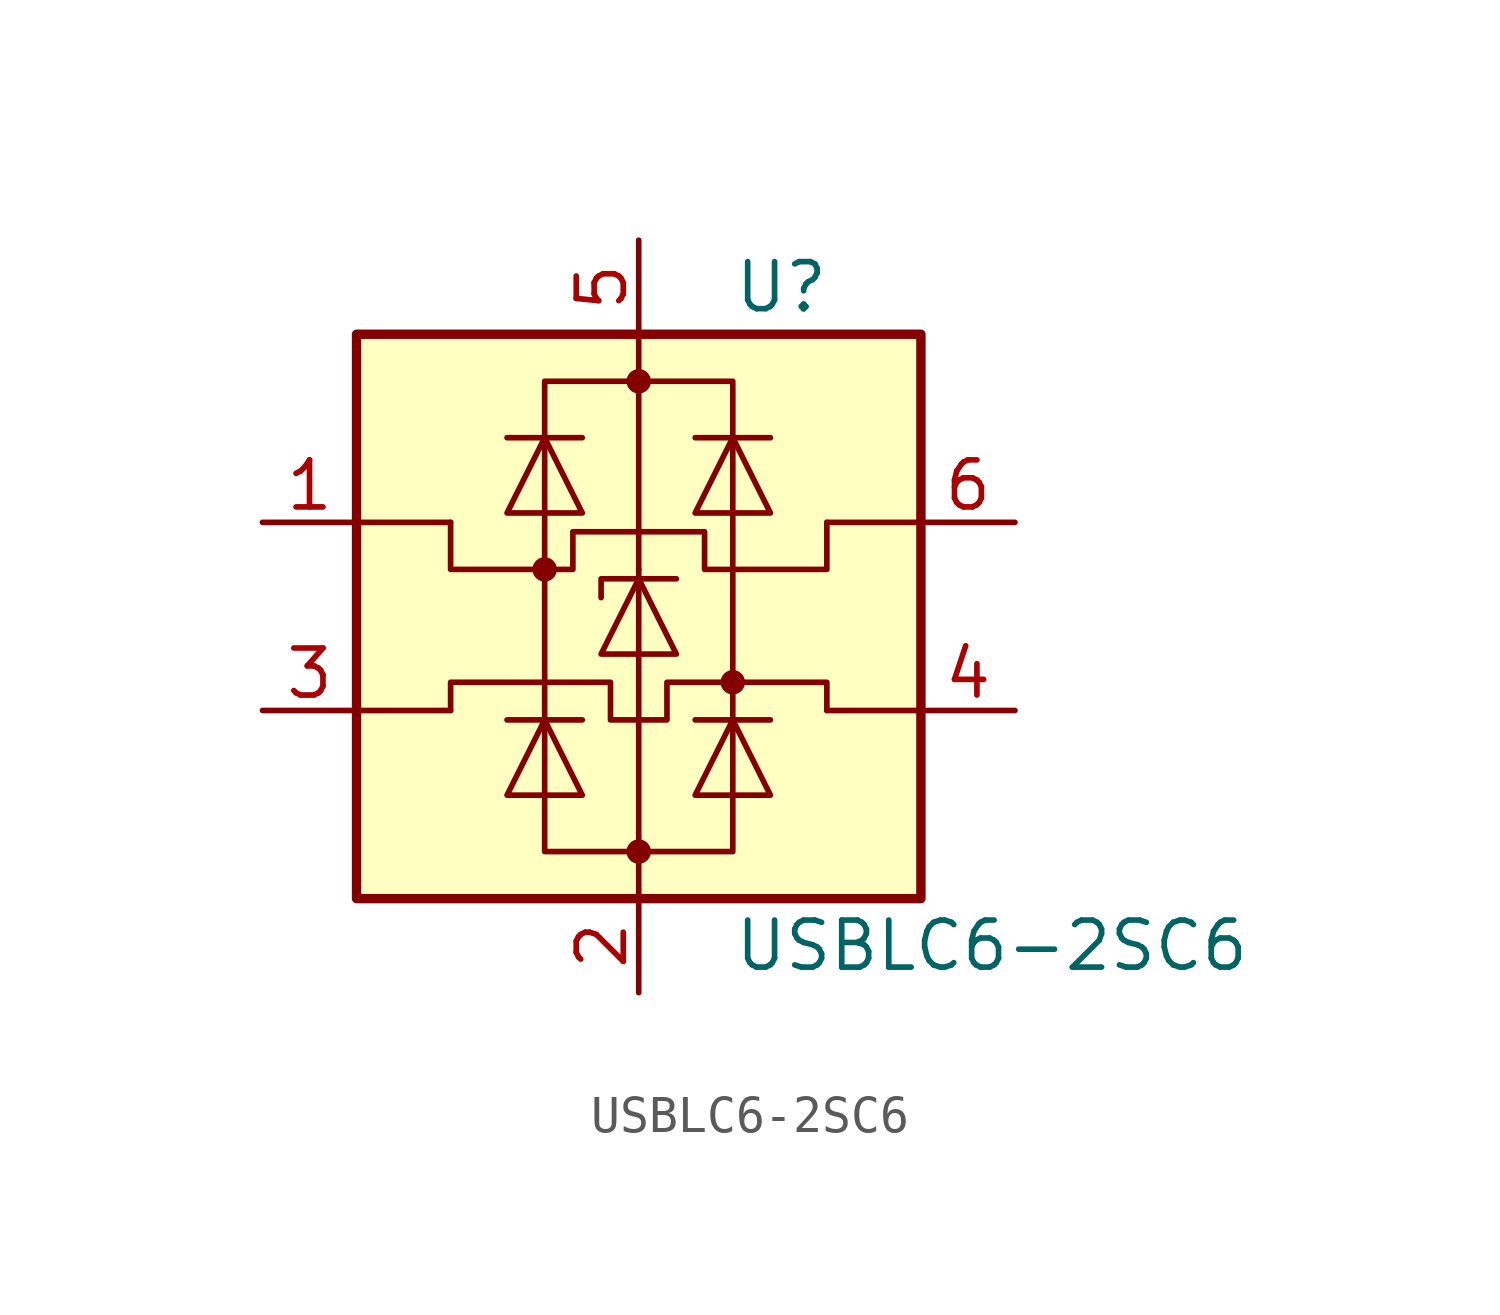
<source format=kicad_sym>
(kicad_symbol_lib
  (version 20220914)
  (generator kicad_symbol_editor)
  (symbol "USBLC6-2SC6"
    (pin_names hide)
    (property "Reference" "U"
      (at 2.54 8.89 0)
      (effects (font (size 1.27 1.27)) (justify left)))
    (property "Value" "USBLC6-2SC6"
      (at 2.54 -8.89 0)
      (effects (font (size 1.27 1.27)) (justify left)))
    (symbol "USBLC6-2SC6_0_1"
      (rectangle (start -7.62 7.62) (end 7.62 -7.62) (stroke (width 0.254) (type default)) (fill (type background)))
      (rectangle (start -2.54 6.35) (end 2.54 -6.35) (stroke (width 0) (type default)) (fill (type none)))
      (circle (center 0 -6.35) (radius 0.254) (stroke (width 0) (type default)) (fill (type outline)))
      (polyline (pts (xy -5.08 -2.54) (xy -7.62 -2.54)) (stroke (width 0) (type default)) (fill (type none)))
      (polyline (pts (xy -1.524 -2.794) (xy -3.556 -2.794)) (stroke (width 0) (type default)) (fill (type none)))
      (polyline (pts (xy -1.524 4.826) (xy -3.556 4.826)) (stroke (width 0) (type default)) (fill (type none)))
      (polyline (pts (xy 0 -7.62) (xy 0 -6.35)) (stroke (width 0) (type default)) (fill (type none)))
      (polyline (pts (xy 0 -6.35) (xy 0 1.27)) (stroke (width 0) (type default)) (fill (type none)))
      (polyline (pts (xy 0 1.27) (xy 0 6.35)) (stroke (width 0) (type default)) (fill (type none)))
      (polyline (pts (xy 0 6.35) (xy 0 7.62)) (stroke (width 0) (type default)) (fill (type none)))
      (polyline (pts (xy 1.524 -2.794) (xy 3.556 -2.794)) (stroke (width 0) (type default)) (fill (type none)))
      (polyline (pts (xy 1.524 4.826) (xy 3.556 4.826)) (stroke (width 0) (type default)) (fill (type none)))
      (polyline (pts (xy 5.08 -2.54) (xy 7.62 -2.54)) (stroke (width 0) (type default)) (fill (type none)))
      (polyline (pts (xy 5.08 2.54) (xy 7.62 2.54)) (stroke (width 0) (type default)) (fill (type none)))
      (polyline (pts (xy -3.556 -4.826) (xy -1.524 -4.826) (xy -2.54 -2.794) (xy -3.556 -4.826)) (stroke (width 0) (type default)) (fill (type none)))
      (polyline (pts (xy -3.556 2.794) (xy -1.524 2.794) (xy -2.54 4.826) (xy -3.556 2.794)) (stroke (width 0) (type default)) (fill (type none)))
      (polyline (pts (xy -1.016 -1.016) (xy 1.016 -1.016) (xy 0 1.016) (xy -1.016 -1.016)) (stroke (width 0) (type default)) (fill (type none)))
      (polyline (pts (xy 1.016 1.016) (xy 0.762 1.016) (xy -1.016 1.016) (xy -1.016 0.508)) (stroke (width 0) (type default)) (fill (type none)))
      (polyline (pts (xy 3.556 -4.826) (xy 1.524 -4.826) (xy 2.54 -2.794) (xy 3.556 -4.826)) (stroke (width 0) (type default)) (fill (type none)))
      (polyline (pts (xy 3.556 2.794) (xy 1.524 2.794) (xy 2.54 4.826) (xy 3.556 2.794)) (stroke (width 0) (type default)) (fill (type none)))
      (circle (center 0 6.35) (radius 0.254) (stroke (width 0) (type default)) (fill (type outline))))
    (symbol "USBLC6-2SC6_1_1"
      (circle (center -2.54 1.27) (radius 0.254) (stroke (width 0) (type default)) (fill (type color) (color 132 0 0 1)))
      (polyline (pts (xy -5.08 2.54) (xy -7.62 2.54)) (stroke (width 0) (type default)) (fill (type none)))
      (polyline (pts (xy -5.08 -2.54) (xy -5.08 -1.778) (xy -0.762 -1.778) (xy -0.762 -2.794) (xy 0.762 -2.794) (xy 0.762 -1.778) (xy 5.08 -1.778) (xy 5.08 -2.54)) (stroke (width 0) (type default)) (fill (type none)))
      (polyline (pts (xy -5.08 2.54) (xy -5.08 1.27) (xy -1.778 1.27) (xy -1.778 2.286) (xy 1.778 2.286) (xy 1.778 1.27) (xy 5.08 1.27) (xy 5.08 2.54)) (stroke (width 0) (type default)) (fill (type none)))
      (circle (center 2.54 -1.778) (radius 0.254) (stroke (width 0) (type default)) (fill (type outline)))
      (pin passive line (at -10.16 2.54 0) (length 2.54) (name "I/O1" (effects (font (size 1.27 1.27)))) (number "1" (effects (font (size 1.27 1.27)))))
      (pin passive line (at 0 -10.16 90) (length 2.54) (name "GND" (effects (font (size 1.27 1.27)))) (number "2" (effects (font (size 1.27 1.27)))))
      (pin passive line (at -10.16 -2.54 0) (length 2.54) (name "I/O1" (effects (font (size 1.27 1.27)))) (number "3" (effects (font (size 1.27 1.27)))))
      (pin passive line (at 10.16 -2.54 180) (length 2.54) (name "I/O2" (effects (font (size 1.27 1.27)))) (number "4" (effects (font (size 1.27 1.27)))))
      (pin passive line (at 0 10.16 270) (length 2.54) (name "VBUS" (effects (font (size 1.27 1.27)))) (number "5" (effects (font (size 1.27 1.27)))))
      (pin passive line (at 10.16 2.54 180) (length 2.54) (name "I/O2" (effects (font (size 1.27 1.27)))) (number "6" (effects (font (size 1.27 1.27))))))))
</source>
